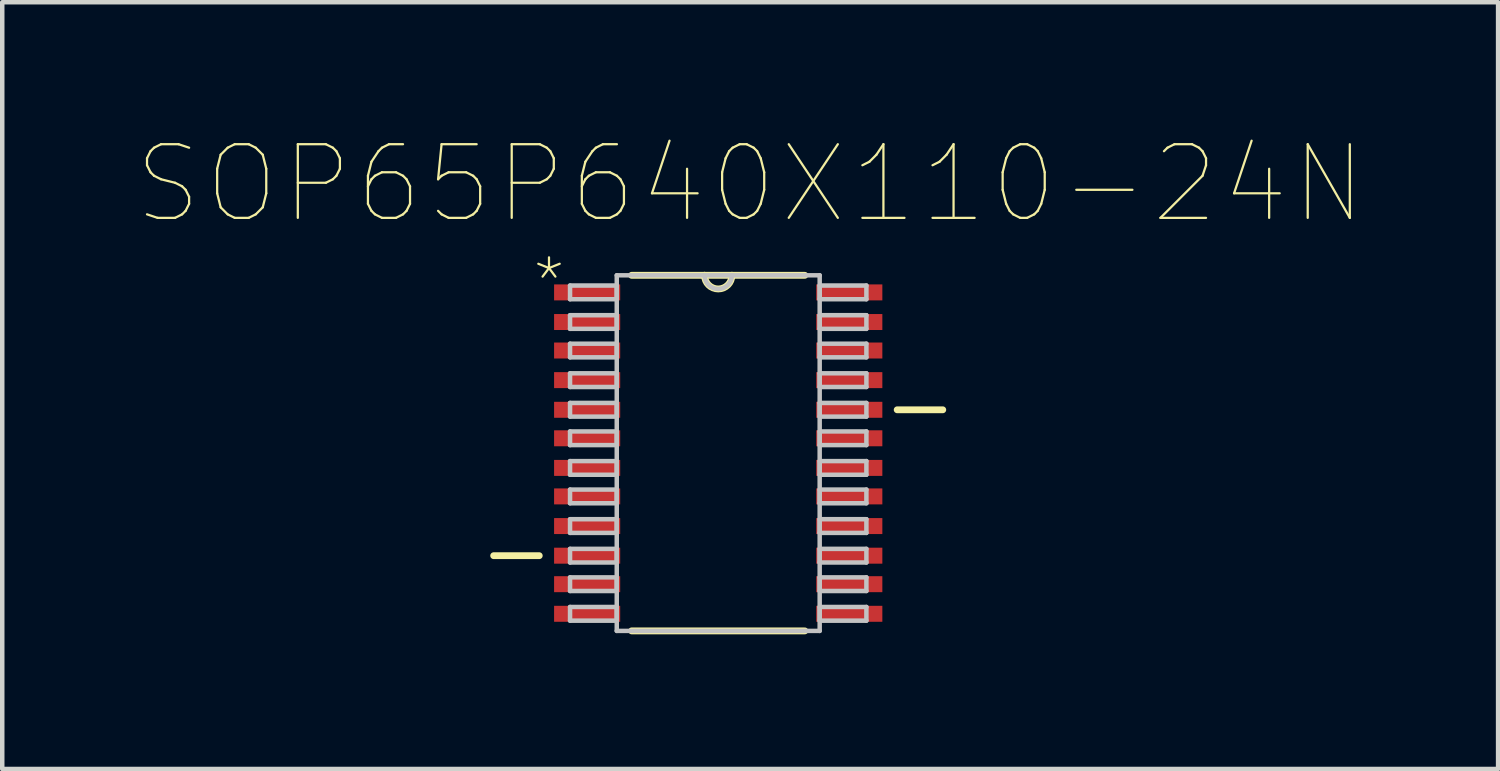
<source format=kicad_pcb>
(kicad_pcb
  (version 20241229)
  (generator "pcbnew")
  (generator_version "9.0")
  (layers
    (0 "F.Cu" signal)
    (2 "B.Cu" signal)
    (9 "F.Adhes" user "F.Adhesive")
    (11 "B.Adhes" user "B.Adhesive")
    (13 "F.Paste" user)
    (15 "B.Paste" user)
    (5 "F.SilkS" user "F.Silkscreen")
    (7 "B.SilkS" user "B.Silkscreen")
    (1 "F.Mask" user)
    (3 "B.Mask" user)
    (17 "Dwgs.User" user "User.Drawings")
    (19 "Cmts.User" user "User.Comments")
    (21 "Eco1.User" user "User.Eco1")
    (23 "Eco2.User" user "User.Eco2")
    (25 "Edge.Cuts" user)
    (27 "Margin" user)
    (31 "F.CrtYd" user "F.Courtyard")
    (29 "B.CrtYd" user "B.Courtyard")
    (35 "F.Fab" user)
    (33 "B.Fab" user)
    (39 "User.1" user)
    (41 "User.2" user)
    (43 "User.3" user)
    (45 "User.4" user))
  (footprint "SOP65P640X110-24N"
    (layer "F.Cu")
    (at 12.955 7.047)
    (property "Reference" "SOP65P640X110-24N" (at 0.712 -5.999 0) (layer "F.SilkS") (effects (font (size 1.641 1.641) (thickness 0.05))))
    (attr smd)
    (fp_line (start -5.004 2.286) (end -3.988 2.286) (stroke (width 0.152) (type solid)) (layer "F.SilkS"))
    (fp_line (start -1.93 3.962) (end 1.93 3.962) (stroke (width 0.152) (type solid)) (layer "F.SilkS"))
    (fp_line (start -0.305 -3.962) (end -1.93 -3.962) (stroke (width 0.152) (type solid)) (layer "F.SilkS"))
    (fp_line (start 0.305 -3.962) (end -0.305 -3.962) (stroke (width 0.152) (type solid)) (layer "F.SilkS"))
    (fp_line (start 1.93 -3.962) (end 0.305 -3.962) (stroke (width 0.152) (type solid)) (layer "F.SilkS"))
    (fp_line (start 3.988 -0.965) (end 5.004 -0.965) (stroke (width 0.152) (type solid)) (layer "F.SilkS"))
    (fp_arc (start 0.3048 -3.9624) (mid 0 -3.6576) (end -0.3048 -3.9624) (stroke (width 0.1524) (type solid)) (layer "F.SilkS"))
    (fp_line (start -3.302 -3.734) (end -3.302 -3.429) (stroke (width 0.1) (type solid)) (layer "Dwgs.User"))
    (fp_line (start -3.302 -3.429) (end -2.261 -3.429) (stroke (width 0.1) (type solid)) (layer "Dwgs.User"))
    (fp_line (start -3.302 -3.073) (end -3.302 -2.769) (stroke (width 0.1) (type solid)) (layer "Dwgs.User"))
    (fp_line (start -3.302 -2.769) (end -2.261 -2.769) (stroke (width 0.1) (type solid)) (layer "Dwgs.User"))
    (fp_line (start -3.302 -2.438) (end -3.302 -2.134) (stroke (width 0.1) (type solid)) (layer "Dwgs.User"))
    (fp_line (start -3.302 -2.134) (end -2.261 -2.134) (stroke (width 0.1) (type solid)) (layer "Dwgs.User"))
    (fp_line (start -3.302 -1.778) (end -3.302 -1.473) (stroke (width 0.1) (type solid)) (layer "Dwgs.User"))
    (fp_line (start -3.302 -1.473) (end -2.261 -1.473) (stroke (width 0.1) (type solid)) (layer "Dwgs.User"))
    (fp_line (start -3.302 -1.118) (end -3.302 -0.813) (stroke (width 0.1) (type solid)) (layer "Dwgs.User"))
    (fp_line (start -3.302 -0.813) (end -2.261 -0.813) (stroke (width 0.1) (type solid)) (layer "Dwgs.User"))
    (fp_line (start -3.302 -0.483) (end -3.302 -0.178) (stroke (width 0.1) (type solid)) (layer "Dwgs.User"))
    (fp_line (start -3.302 -0.178) (end -2.261 -0.178) (stroke (width 0.1) (type solid)) (layer "Dwgs.User"))
    (fp_line (start -3.302 0.178) (end -3.302 0.483) (stroke (width 0.1) (type solid)) (layer "Dwgs.User"))
    (fp_line (start -3.302 0.483) (end -2.261 0.483) (stroke (width 0.1) (type solid)) (layer "Dwgs.User"))
    (fp_line (start -3.302 0.813) (end -3.302 1.118) (stroke (width 0.1) (type solid)) (layer "Dwgs.User"))
    (fp_line (start -3.302 1.118) (end -2.261 1.118) (stroke (width 0.1) (type solid)) (layer "Dwgs.User"))
    (fp_line (start -3.302 1.473) (end -3.302 1.778) (stroke (width 0.1) (type solid)) (layer "Dwgs.User"))
    (fp_line (start -3.302 1.778) (end -2.261 1.778) (stroke (width 0.1) (type solid)) (layer "Dwgs.User"))
    (fp_line (start -3.302 2.134) (end -3.302 2.438) (stroke (width 0.1) (type solid)) (layer "Dwgs.User"))
    (fp_line (start -3.302 2.438) (end -2.261 2.438) (stroke (width 0.1) (type solid)) (layer "Dwgs.User"))
    (fp_line (start -3.302 2.769) (end -3.302 3.073) (stroke (width 0.1) (type solid)) (layer "Dwgs.User"))
    (fp_line (start -3.302 3.073) (end -2.261 3.073) (stroke (width 0.1) (type solid)) (layer "Dwgs.User"))
    (fp_line (start -3.302 3.429) (end -3.302 3.734) (stroke (width 0.1) (type solid)) (layer "Dwgs.User"))
    (fp_line (start -3.302 3.734) (end -2.261 3.734) (stroke (width 0.1) (type solid)) (layer "Dwgs.User"))
    (fp_line (start -2.261 -3.962) (end -2.261 3.962) (stroke (width 0.1) (type solid)) (layer "Dwgs.User"))
    (fp_line (start -2.261 -3.734) (end -3.302 -3.734) (stroke (width 0.1) (type solid)) (layer "Dwgs.User"))
    (fp_line (start -2.261 -3.429) (end -2.261 -3.734) (stroke (width 0.1) (type solid)) (layer "Dwgs.User"))
    (fp_line (start -2.261 -3.073) (end -3.302 -3.073) (stroke (width 0.1) (type solid)) (layer "Dwgs.User"))
    (fp_line (start -2.261 -2.769) (end -2.261 -3.073) (stroke (width 0.1) (type solid)) (layer "Dwgs.User"))
    (fp_line (start -2.261 -2.438) (end -3.302 -2.438) (stroke (width 0.1) (type solid)) (layer "Dwgs.User"))
    (fp_line (start -2.261 -2.134) (end -2.261 -2.438) (stroke (width 0.1) (type solid)) (layer "Dwgs.User"))
    (fp_line (start -2.261 -1.778) (end -3.302 -1.778) (stroke (width 0.1) (type solid)) (layer "Dwgs.User"))
    (fp_line (start -2.261 -1.473) (end -2.261 -1.778) (stroke (width 0.1) (type solid)) (layer "Dwgs.User"))
    (fp_line (start -2.261 -1.118) (end -3.302 -1.118) (stroke (width 0.1) (type solid)) (layer "Dwgs.User"))
    (fp_line (start -2.261 -0.813) (end -2.261 -1.118) (stroke (width 0.1) (type solid)) (layer "Dwgs.User"))
    (fp_line (start -2.261 -0.483) (end -3.302 -0.483) (stroke (width 0.1) (type solid)) (layer "Dwgs.User"))
    (fp_line (start -2.261 -0.178) (end -2.261 -0.483) (stroke (width 0.1) (type solid)) (layer "Dwgs.User"))
    (fp_line (start -2.261 0.178) (end -3.302 0.178) (stroke (width 0.1) (type solid)) (layer "Dwgs.User"))
    (fp_line (start -2.261 0.483) (end -2.261 0.178) (stroke (width 0.1) (type solid)) (layer "Dwgs.User"))
    (fp_line (start -2.261 0.813) (end -3.302 0.813) (stroke (width 0.1) (type solid)) (layer "Dwgs.User"))
    (fp_line (start -2.261 1.118) (end -2.261 0.813) (stroke (width 0.1) (type solid)) (layer "Dwgs.User"))
    (fp_line (start -2.261 1.473) (end -3.302 1.473) (stroke (width 0.1) (type solid)) (layer "Dwgs.User"))
    (fp_line (start -2.261 1.778) (end -2.261 1.473) (stroke (width 0.1) (type solid)) (layer "Dwgs.User"))
    (fp_line (start -2.261 2.134) (end -3.302 2.134) (stroke (width 0.1) (type solid)) (layer "Dwgs.User"))
    (fp_line (start -2.261 2.438) (end -2.261 2.134) (stroke (width 0.1) (type solid)) (layer "Dwgs.User"))
    (fp_line (start -2.261 2.769) (end -3.302 2.769) (stroke (width 0.1) (type solid)) (layer "Dwgs.User"))
    (fp_line (start -2.261 3.073) (end -2.261 2.769) (stroke (width 0.1) (type solid)) (layer "Dwgs.User"))
    (fp_line (start -2.261 3.429) (end -3.302 3.429) (stroke (width 0.1) (type solid)) (layer "Dwgs.User"))
    (fp_line (start -2.261 3.734) (end -2.261 3.429) (stroke (width 0.1) (type solid)) (layer "Dwgs.User"))
    (fp_line (start -2.261 3.962) (end 2.261 3.962) (stroke (width 0.1) (type solid)) (layer "Dwgs.User"))
    (fp_line (start -0.305 -3.962) (end -2.261 -3.962) (stroke (width 0.1) (type solid)) (layer "Dwgs.User"))
    (fp_line (start 0.305 -3.962) (end -0.305 -3.962) (stroke (width 0.1) (type solid)) (layer "Dwgs.User"))
    (fp_line (start 2.261 -3.962) (end 0.305 -3.962) (stroke (width 0.1) (type solid)) (layer "Dwgs.User"))
    (fp_line (start 2.261 -3.734) (end 2.261 -3.429) (stroke (width 0.1) (type solid)) (layer "Dwgs.User"))
    (fp_line (start 2.261 -3.429) (end 3.302 -3.429) (stroke (width 0.1) (type solid)) (layer "Dwgs.User"))
    (fp_line (start 2.261 -3.073) (end 2.261 -2.769) (stroke (width 0.1) (type solid)) (layer "Dwgs.User"))
    (fp_line (start 2.261 -2.769) (end 3.302 -2.769) (stroke (width 0.1) (type solid)) (layer "Dwgs.User"))
    (fp_line (start 2.261 -2.438) (end 2.261 -2.134) (stroke (width 0.1) (type solid)) (layer "Dwgs.User"))
    (fp_line (start 2.261 -2.134) (end 3.302 -2.134) (stroke (width 0.1) (type solid)) (layer "Dwgs.User"))
    (fp_line (start 2.261 -1.778) (end 2.261 -1.473) (stroke (width 0.1) (type solid)) (layer "Dwgs.User"))
    (fp_line (start 2.261 -1.473) (end 3.302 -1.473) (stroke (width 0.1) (type solid)) (layer "Dwgs.User"))
    (fp_line (start 2.261 -1.118) (end 2.261 -0.813) (stroke (width 0.1) (type solid)) (layer "Dwgs.User"))
    (fp_line (start 2.261 -0.813) (end 3.302 -0.813) (stroke (width 0.1) (type solid)) (layer "Dwgs.User"))
    (fp_line (start 2.261 -0.483) (end 2.261 -0.178) (stroke (width 0.1) (type solid)) (layer "Dwgs.User"))
    (fp_line (start 2.261 -0.178) (end 3.302 -0.178) (stroke (width 0.1) (type solid)) (layer "Dwgs.User"))
    (fp_line (start 2.261 0.178) (end 2.261 0.483) (stroke (width 0.1) (type solid)) (layer "Dwgs.User"))
    (fp_line (start 2.261 0.483) (end 3.302 0.483) (stroke (width 0.1) (type solid)) (layer "Dwgs.User"))
    (fp_line (start 2.261 0.813) (end 2.261 1.118) (stroke (width 0.1) (type solid)) (layer "Dwgs.User"))
    (fp_line (start 2.261 1.118) (end 3.302 1.118) (stroke (width 0.1) (type solid)) (layer "Dwgs.User"))
    (fp_line (start 2.261 1.473) (end 2.261 1.778) (stroke (width 0.1) (type solid)) (layer "Dwgs.User"))
    (fp_line (start 2.261 1.778) (end 3.302 1.778) (stroke (width 0.1) (type solid)) (layer "Dwgs.User"))
    (fp_line (start 2.261 2.134) (end 2.261 2.438) (stroke (width 0.1) (type solid)) (layer "Dwgs.User"))
    (fp_line (start 2.261 2.438) (end 3.302 2.438) (stroke (width 0.1) (type solid)) (layer "Dwgs.User"))
    (fp_line (start 2.261 2.769) (end 2.261 3.073) (stroke (width 0.1) (type solid)) (layer "Dwgs.User"))
    (fp_line (start 2.261 3.073) (end 3.302 3.073) (stroke (width 0.1) (type solid)) (layer "Dwgs.User"))
    (fp_line (start 2.261 3.429) (end 2.261 3.734) (stroke (width 0.1) (type solid)) (layer "Dwgs.User"))
    (fp_line (start 2.261 3.734) (end 3.302 3.734) (stroke (width 0.1) (type solid)) (layer "Dwgs.User"))
    (fp_line (start 2.261 3.962) (end 2.261 -3.962) (stroke (width 0.1) (type solid)) (layer "Dwgs.User"))
    (fp_line (start 3.302 -3.734) (end 2.261 -3.734) (stroke (width 0.1) (type solid)) (layer "Dwgs.User"))
    (fp_line (start 3.302 -3.429) (end 3.302 -3.734) (stroke (width 0.1) (type solid)) (layer "Dwgs.User"))
    (fp_line (start 3.302 -3.073) (end 2.261 -3.073) (stroke (width 0.1) (type solid)) (layer "Dwgs.User"))
    (fp_line (start 3.302 -2.769) (end 3.302 -3.073) (stroke (width 0.1) (type solid)) (layer "Dwgs.User"))
    (fp_line (start 3.302 -2.438) (end 2.261 -2.438) (stroke (width 0.1) (type solid)) (layer "Dwgs.User"))
    (fp_line (start 3.302 -2.134) (end 3.302 -2.438) (stroke (width 0.1) (type solid)) (layer "Dwgs.User"))
    (fp_line (start 3.302 -1.778) (end 2.261 -1.778) (stroke (width 0.1) (type solid)) (layer "Dwgs.User"))
    (fp_line (start 3.302 -1.473) (end 3.302 -1.778) (stroke (width 0.1) (type solid)) (layer "Dwgs.User"))
    (fp_line (start 3.302 -1.118) (end 2.261 -1.118) (stroke (width 0.1) (type solid)) (layer "Dwgs.User"))
    (fp_line (start 3.302 -0.813) (end 3.302 -1.118) (stroke (width 0.1) (type solid)) (layer "Dwgs.User"))
    (fp_line (start 3.302 -0.483) (end 2.261 -0.483) (stroke (width 0.1) (type solid)) (layer "Dwgs.User"))
    (fp_line (start 3.302 -0.178) (end 3.302 -0.483) (stroke (width 0.1) (type solid)) (layer "Dwgs.User"))
    (fp_line (start 3.302 0.178) (end 2.261 0.178) (stroke (width 0.1) (type solid)) (layer "Dwgs.User"))
    (fp_line (start 3.302 0.483) (end 3.302 0.178) (stroke (width 0.1) (type solid)) (layer "Dwgs.User"))
    (fp_line (start 3.302 0.813) (end 2.261 0.813) (stroke (width 0.1) (type solid)) (layer "Dwgs.User"))
    (fp_line (start 3.302 1.118) (end 3.302 0.813) (stroke (width 0.1) (type solid)) (layer "Dwgs.User"))
    (fp_line (start 3.302 1.473) (end 2.261 1.473) (stroke (width 0.1) (type solid)) (layer "Dwgs.User"))
    (fp_line (start 3.302 1.778) (end 3.302 1.473) (stroke (width 0.1) (type solid)) (layer "Dwgs.User"))
    (fp_line (start 3.302 2.134) (end 2.261 2.134) (stroke (width 0.1) (type solid)) (layer "Dwgs.User"))
    (fp_line (start 3.302 2.438) (end 3.302 2.134) (stroke (width 0.1) (type solid)) (layer "Dwgs.User"))
    (fp_line (start 3.302 2.769) (end 2.261 2.769) (stroke (width 0.1) (type solid)) (layer "Dwgs.User"))
    (fp_line (start 3.302 3.073) (end 3.302 2.769) (stroke (width 0.1) (type solid)) (layer "Dwgs.User"))
    (fp_line (start 3.302 3.429) (end 2.261 3.429) (stroke (width 0.1) (type solid)) (layer "Dwgs.User"))
    (fp_line (start 3.302 3.734) (end 3.302 3.429) (stroke (width 0.1) (type solid)) (layer "Dwgs.User"))
    (fp_arc (start 0.3048 -3.9624) (mid 0 -3.6576) (end -0.3048 -3.9624) (stroke (width 0.1) (type solid)) (layer "Dwgs.User"))
    (fp_text user "*" (at -3.771 -3.822 0) (layer "F.SilkS") (effects (font (size 1 1) (thickness 0.05))))
    (fp_text user "*" (at -3.765 -3.816 0) (layer "Edge.Cuts") (effects (font (size 1 1) (thickness 0.05))))
    (pad "1" smd rect (at -2.921 -3.581) (size 1.473 0.356) (layers "F.Cu" "F.Mask" "F.Paste"))
    (pad "2" smd rect (at -2.921 -2.921) (size 1.473 0.356) (layers "F.Cu" "F.Mask" "F.Paste"))
    (pad "3" smd rect (at -2.921 -2.286) (size 1.473 0.356) (layers "F.Cu" "F.Mask" "F.Paste"))
    (pad "4" smd rect (at -2.921 -1.626) (size 1.473 0.356) (layers "F.Cu" "F.Mask" "F.Paste"))
    (pad "5" smd rect (at -2.921 -0.965) (size 1.473 0.356) (layers "F.Cu" "F.Mask" "F.Paste"))
    (pad "6" smd rect (at -2.921 -0.33) (size 1.473 0.356) (layers "F.Cu" "F.Mask" "F.Paste"))
    (pad "7" smd rect (at -2.921 0.33) (size 1.473 0.356) (layers "F.Cu" "F.Mask" "F.Paste"))
    (pad "8" smd rect (at -2.921 0.965) (size 1.473 0.356) (layers "F.Cu" "F.Mask" "F.Paste"))
    (pad "9" smd rect (at -2.921 1.626) (size 1.473 0.356) (layers "F.Cu" "F.Mask" "F.Paste"))
    (pad "10" smd rect (at -2.921 2.286) (size 1.473 0.356) (layers "F.Cu" "F.Mask" "F.Paste"))
    (pad "11" smd rect (at -2.921 2.921) (size 1.473 0.356) (layers "F.Cu" "F.Mask" "F.Paste"))
    (pad "12" smd rect (at -2.921 3.581) (size 1.473 0.356) (layers "F.Cu" "F.Mask" "F.Paste"))
    (pad "13" smd rect (at 2.921 3.581) (size 1.473 0.356) (layers "F.Cu" "F.Mask" "F.Paste"))
    (pad "14" smd rect (at 2.921 2.921) (size 1.473 0.356) (layers "F.Cu" "F.Mask" "F.Paste"))
    (pad "15" smd rect (at 2.921 2.286) (size 1.473 0.356) (layers "F.Cu" "F.Mask" "F.Paste"))
    (pad "16" smd rect (at 2.921 1.626) (size 1.473 0.356) (layers "F.Cu" "F.Mask" "F.Paste"))
    (pad "17" smd rect (at 2.921 0.965) (size 1.473 0.356) (layers "F.Cu" "F.Mask" "F.Paste"))
    (pad "18" smd rect (at 2.921 0.33) (size 1.473 0.356) (layers "F.Cu" "F.Mask" "F.Paste"))
    (pad "19" smd rect (at 2.921 -0.33) (size 1.473 0.356) (layers "F.Cu" "F.Mask" "F.Paste"))
    (pad "20" smd rect (at 2.921 -0.965) (size 1.473 0.356) (layers "F.Cu" "F.Mask" "F.Paste"))
    (pad "21" smd rect (at 2.921 -1.626) (size 1.473 0.356) (layers "F.Cu" "F.Mask" "F.Paste"))
    (pad "22" smd rect (at 2.921 -2.286) (size 1.473 0.356) (layers "F.Cu" "F.Mask" "F.Paste"))
    (pad "23" smd rect (at 2.921 -2.921) (size 1.473 0.356) (layers "F.Cu" "F.Mask" "F.Paste"))
    (pad "24" smd rect (at 2.921 -3.581) (size 1.473 0.356) (layers "F.Cu" "F.Mask" "F.Paste")))
  (gr_rect
    (start -3 -3)
    (end 30.334 14.086)
    (stroke (width 0.1) (type default))
    (fill no)
    (layer "Edge.Cuts")))
</source>
